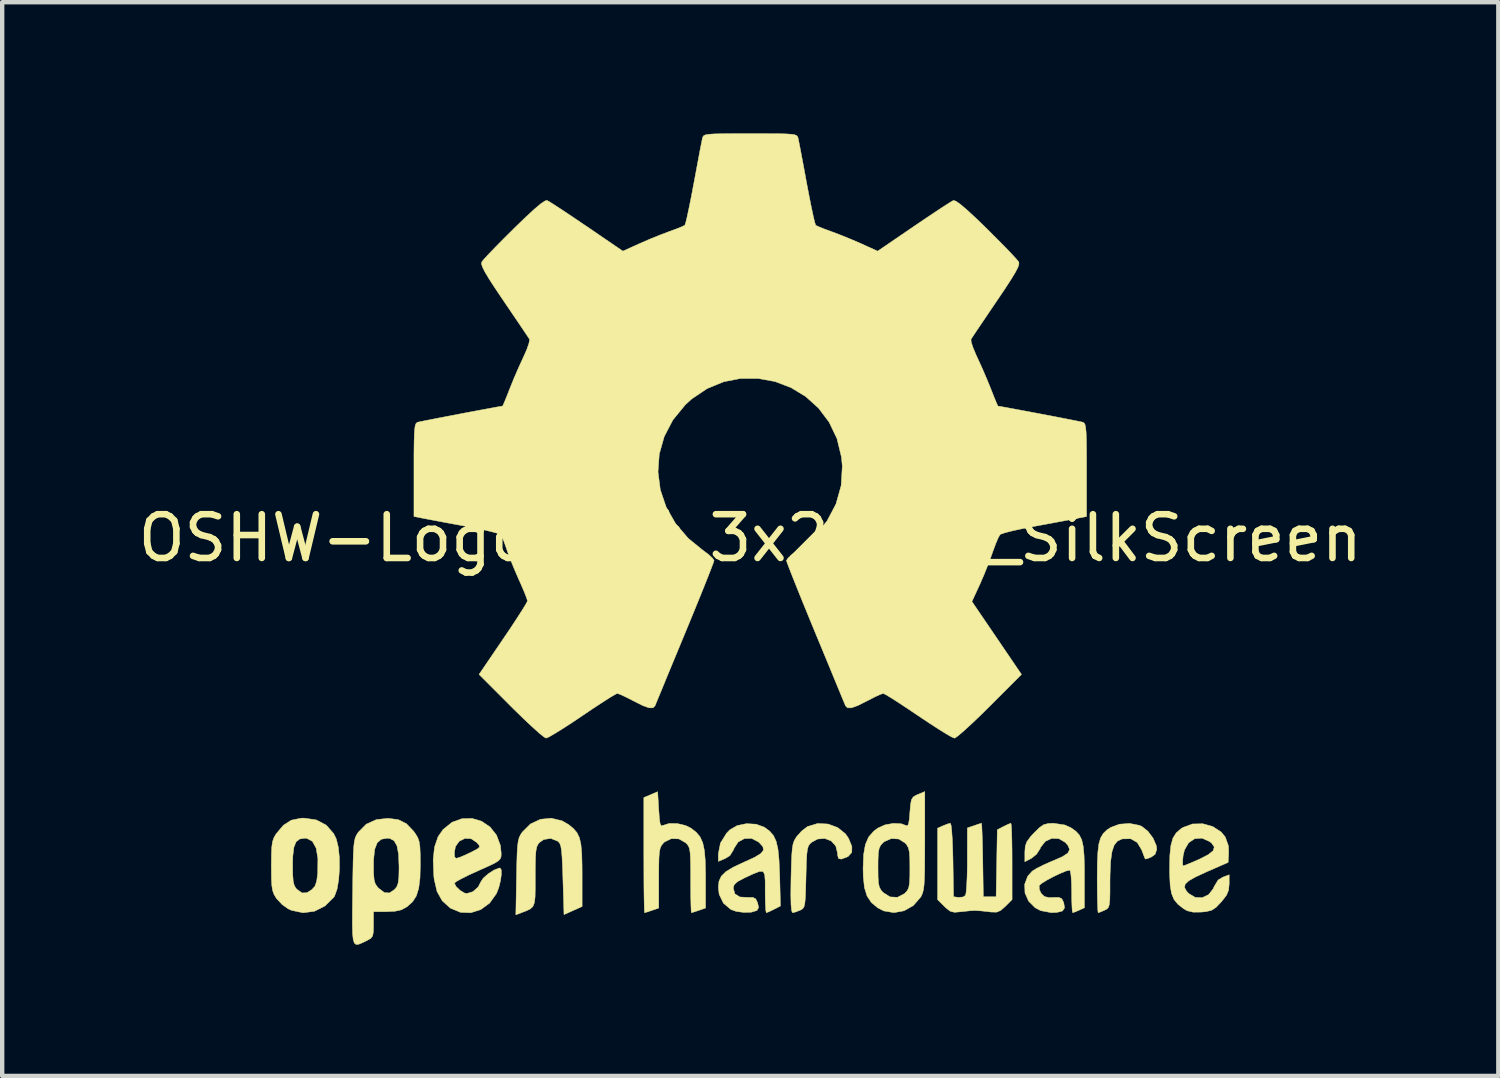
<source format=kicad_pcb>
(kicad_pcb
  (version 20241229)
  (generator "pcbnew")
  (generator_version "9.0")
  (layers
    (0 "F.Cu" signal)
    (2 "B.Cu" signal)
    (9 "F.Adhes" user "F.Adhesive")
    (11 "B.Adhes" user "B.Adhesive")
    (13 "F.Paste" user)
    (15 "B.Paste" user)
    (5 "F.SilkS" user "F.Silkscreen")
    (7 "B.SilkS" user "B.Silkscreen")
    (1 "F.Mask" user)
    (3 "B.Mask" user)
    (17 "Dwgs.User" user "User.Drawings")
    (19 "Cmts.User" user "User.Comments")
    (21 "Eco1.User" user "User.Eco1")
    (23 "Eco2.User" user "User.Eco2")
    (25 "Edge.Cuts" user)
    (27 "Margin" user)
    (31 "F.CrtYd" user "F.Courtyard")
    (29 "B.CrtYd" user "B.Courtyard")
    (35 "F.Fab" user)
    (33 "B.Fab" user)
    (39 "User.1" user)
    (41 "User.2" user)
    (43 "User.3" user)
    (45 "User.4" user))
  (footprint "OSHW-Logo2_24.3x20mm_SilkScreen"
    (layer "F.Cu")
    (at 14.101 9.25)
    (property "Reference" "OSHW-Logo2_24.3x20mm_SilkScreen" (at 0 0 0) (layer "F.SilkS") (effects (font (size 1 1) (thickness 0.15))))
    (attr exclude_from_pos_files exclude_from_bom)
    (fp_poly (pts (xy 8.893 6.567) (xy 8.951 6.592) (xy 9.09 6.702) (xy 9.209 6.861) (xy 9.282 7.031) (xy 9.294 7.114) (xy 9.254 7.231) (xy 9.166 7.293) (xy 9.072 7.33) (xy 9.029 7.337) (xy 9.008 7.287) (xy 8.966 7.178) (xy 8.948 7.129) (xy 8.846 6.959) (xy 8.698 6.874) (xy 8.509 6.877) (xy 8.495 6.88) (xy 8.393 6.928) (xy 8.319 7.021) (xy 8.268 7.172) (xy 8.238 7.391) (xy 8.225 7.69) (xy 8.223 7.849) (xy 8.223 8.1) (xy 8.219 8.271) (xy 8.208 8.379) (xy 8.187 8.443) (xy 8.153 8.48) (xy 8.102 8.506) (xy 8.099 8.508) (xy 8.002 8.549) (xy 7.953 8.564) (xy 7.946 8.518) (xy 7.94 8.391) (xy 7.935 8.199) (xy 7.932 7.959) (xy 7.931 7.783) (xy 7.934 7.443) (xy 7.946 7.184) (xy 7.969 6.993) (xy 8.009 6.854) (xy 8.07 6.752) (xy 8.154 6.672) (xy 8.238 6.616) (xy 8.439 6.541) (xy 8.673 6.524) (xy 8.893 6.567)) (stroke (width 0.01) (type solid)) (fill yes) (layer "F.SilkS"))
    (fp_poly (pts (xy -4.304 6.463) (xy -4.148 6.553) (xy -4.04 6.643) (xy -3.96 6.737) (xy -3.905 6.852) (xy -3.871 7.004) (xy -3.852 7.211) (xy -3.845 7.488) (xy -3.844 7.688) (xy -3.844 8.423) (xy -4.051 8.515) (xy -4.258 8.608) (xy -4.282 7.803) (xy -4.292 7.503) (xy -4.303 7.285) (xy -4.316 7.134) (xy -4.333 7.036) (xy -4.357 6.976) (xy -4.39 6.938) (xy -4.401 6.93) (xy -4.56 6.866) (xy -4.721 6.891) (xy -4.817 6.958) (xy -4.856 7.006) (xy -4.883 7.068) (xy -4.9 7.162) (xy -4.91 7.306) (xy -4.914 7.516) (xy -4.915 7.735) (xy -4.915 8.01) (xy -4.919 8.205) (xy -4.935 8.336) (xy -4.968 8.421) (xy -5.026 8.476) (xy -5.113 8.519) (xy -5.231 8.564) (xy -5.359 8.613) (xy -5.343 7.749) (xy -5.337 7.438) (xy -5.33 7.207) (xy -5.32 7.043) (xy -5.304 6.927) (xy -5.282 6.844) (xy -5.25 6.779) (xy -5.211 6.721) (xy -5.025 6.536) (xy -4.797 6.429) (xy -4.55 6.404) (xy -4.304 6.463)) (stroke (width 0.01) (type solid)) (fill yes) (layer "F.SilkS"))
    (fp_poly (pts (xy 1.777 6.537) (xy 1.998 6.618) (xy 2.177 6.762) (xy 2.247 6.864) (xy 2.323 7.05) (xy 2.321 7.185) (xy 2.241 7.276) (xy 2.212 7.291) (xy 2.084 7.339) (xy 2.018 7.327) (xy 1.996 7.246) (xy 1.995 7.202) (xy 1.954 7.038) (xy 1.849 6.923) (xy 1.702 6.867) (xy 1.538 6.881) (xy 1.404 6.954) (xy 1.359 6.995) (xy 1.327 7.045) (xy 1.306 7.121) (xy 1.292 7.239) (xy 1.283 7.417) (xy 1.276 7.67) (xy 1.274 7.75) (xy 1.267 8.025) (xy 1.26 8.218) (xy 1.248 8.346) (xy 1.23 8.425) (xy 1.203 8.47) (xy 1.163 8.497) (xy 1.138 8.509) (xy 1.03 8.55) (xy 0.966 8.564) (xy 0.945 8.519) (xy 0.932 8.381) (xy 0.927 8.15) (xy 0.931 7.824) (xy 0.932 7.773) (xy 0.939 7.476) (xy 0.948 7.258) (xy 0.96 7.104) (xy 0.978 6.996) (xy 1.005 6.918) (xy 1.043 6.852) (xy 1.062 6.824) (xy 1.174 6.698) (xy 1.3 6.601) (xy 1.315 6.593) (xy 1.54 6.525) (xy 1.777 6.537)) (stroke (width 0.01) (type solid)) (fill yes) (layer "F.SilkS"))
    (fp_poly (pts (xy -2.092 6.206) (xy -2.078 6.405) (xy -2.062 6.523) (xy -2.039 6.574) (xy -2.006 6.574) (xy -1.995 6.568) (xy -1.852 6.524) (xy -1.665 6.527) (xy -1.476 6.572) (xy -1.357 6.631) (xy -1.236 6.725) (xy -1.147 6.831) (xy -1.086 6.966) (xy -1.048 7.146) (xy -1.028 7.388) (xy -1.022 7.707) (xy -1.022 7.769) (xy -1.022 8.457) (xy -1.175 8.511) (xy -1.284 8.547) (xy -1.344 8.564) (xy -1.345 8.564) (xy -1.351 8.518) (xy -1.356 8.392) (xy -1.36 8.201) (xy -1.362 7.963) (xy -1.362 7.818) (xy -1.363 7.533) (xy -1.367 7.328) (xy -1.375 7.188) (xy -1.391 7.096) (xy -1.416 7.035) (xy -1.452 6.989) (xy -1.475 6.967) (xy -1.632 6.877) (xy -1.803 6.871) (xy -1.958 6.946) (xy -1.987 6.974) (xy -2.029 7.025) (xy -2.058 7.086) (xy -2.076 7.174) (xy -2.087 7.307) (xy -2.091 7.502) (xy -2.092 7.772) (xy -2.092 8.457) (xy -2.246 8.511) (xy -2.354 8.547) (xy -2.414 8.564) (xy -2.416 8.564) (xy -2.42 8.517) (xy -2.424 8.386) (xy -2.428 8.182) (xy -2.431 7.919) (xy -2.432 7.608) (xy -2.433 7.263) (xy -2.433 7.248) (xy -2.433 5.932) (xy -2.117 5.798) (xy -2.092 6.206)) (stroke (width 0.01) (type solid)) (fill yes) (layer "F.SilkS"))
    (fp_poly (pts (xy 5.967 6.566) (xy 5.974 6.694) (xy 5.98 6.889) (xy 5.984 7.135) (xy 5.985 7.392) (xy 5.985 8.265) (xy 5.831 8.419) (xy 5.725 8.513) (xy 5.632 8.552) (xy 5.505 8.549) (xy 5.454 8.543) (xy 5.296 8.525) (xy 5.165 8.515) (xy 5.134 8.514) (xy 5.026 8.52) (xy 4.873 8.536) (xy 4.813 8.543) (xy 4.667 8.555) (xy 4.569 8.53) (xy 4.471 8.453) (xy 4.436 8.419) (xy 4.282 8.265) (xy 4.282 6.633) (xy 4.406 6.577) (xy 4.513 6.535) (xy 4.575 6.52) (xy 4.591 6.567) (xy 4.606 6.696) (xy 4.619 6.894) (xy 4.629 7.146) (xy 4.634 7.36) (xy 4.647 8.199) (xy 4.763 8.215) (xy 4.869 8.204) (xy 4.92 8.167) (xy 4.935 8.097) (xy 4.947 7.949) (xy 4.957 7.741) (xy 4.962 7.493) (xy 4.962 7.364) (xy 4.963 6.627) (xy 5.116 6.574) (xy 5.225 6.537) (xy 5.284 6.52) (xy 5.286 6.52) (xy 5.292 6.566) (xy 5.298 6.694) (xy 5.305 6.888) (xy 5.311 7.132) (xy 5.315 7.36) (xy 5.328 8.199) (xy 5.62 8.199) (xy 5.634 7.433) (xy 5.647 6.668) (xy 5.789 6.594) (xy 5.894 6.543) (xy 5.957 6.52) (xy 5.958 6.52) (xy 5.967 6.566)) (stroke (width 0.01) (type solid)) (fill yes) (layer "F.SilkS"))
    (fp_poly (pts (xy -9.92 6.443) (xy -9.692 6.563) (xy -9.523 6.756) (xy -9.463 6.88) (xy -9.417 7.067) (xy -9.393 7.302) (xy -9.391 7.559) (xy -9.409 7.81) (xy -9.446 8.027) (xy -9.502 8.183) (xy -9.519 8.21) (xy -9.721 8.41) (xy -9.961 8.531) (xy -10.221 8.566) (xy -10.485 8.511) (xy -10.558 8.479) (xy -10.701 8.378) (xy -10.826 8.245) (xy -10.838 8.228) (xy -10.886 8.147) (xy -10.918 8.06) (xy -10.937 7.945) (xy -10.946 7.782) (xy -10.948 7.546) (xy -10.948 7.493) (xy -10.948 7.477) (xy -10.462 7.477) (xy -10.459 7.699) (xy -10.448 7.846) (xy -10.424 7.941) (xy -10.385 8.007) (xy -10.364 8.029) (xy -10.248 8.112) (xy -10.135 8.108) (xy -10.021 8.036) (xy -9.952 7.959) (xy -9.912 7.846) (xy -9.889 7.669) (xy -9.888 7.648) (xy -9.884 7.327) (xy -9.924 7.088) (xy -10.009 6.934) (xy -10.136 6.865) (xy -10.182 6.861) (xy -10.301 6.88) (xy -10.383 6.945) (xy -10.433 7.071) (xy -10.457 7.269) (xy -10.462 7.477) (xy -10.948 7.477) (xy -10.946 7.243) (xy -10.939 7.068) (xy -10.922 6.946) (xy -10.893 6.857) (xy -10.849 6.778) (xy -10.839 6.763) (xy -10.673 6.565) (xy -10.493 6.45) (xy -10.273 6.404) (xy -10.199 6.402) (xy -9.92 6.443)) (stroke (width 0.01) (type solid)) (fill yes) (layer "F.SilkS"))
    (fp_poly (pts (xy 10.572 6.594) (xy 10.765 6.72) (xy 10.858 6.833) (xy 10.931 7.037) (xy 10.937 7.199) (xy 10.924 7.415) (xy 10.425 7.633) (xy 10.183 7.745) (xy 10.024 7.835) (xy 9.942 7.912) (xy 9.928 7.988) (xy 9.973 8.071) (xy 10.024 8.126) (xy 10.171 8.214) (xy 10.33 8.221) (xy 10.477 8.152) (xy 10.585 8.015) (xy 10.604 7.967) (xy 10.696 7.816) (xy 10.803 7.752) (xy 10.948 7.697) (xy 10.948 7.905) (xy 10.935 8.047) (xy 10.885 8.167) (xy 10.779 8.304) (xy 10.763 8.322) (xy 10.646 8.444) (xy 10.545 8.51) (xy 10.418 8.54) (xy 10.313 8.55) (xy 10.126 8.552) (xy 9.992 8.521) (xy 9.909 8.475) (xy 9.778 8.373) (xy 9.687 8.263) (xy 9.63 8.124) (xy 9.599 7.937) (xy 9.587 7.682) (xy 9.586 7.552) (xy 9.589 7.396) (xy 9.883 7.396) (xy 9.887 7.48) (xy 9.895 7.493) (xy 9.951 7.475) (xy 10.072 7.426) (xy 10.233 7.356) (xy 10.267 7.341) (xy 10.47 7.237) (xy 10.583 7.146) (xy 10.607 7.061) (xy 10.548 6.975) (xy 10.5 6.937) (xy 10.324 6.86) (xy 10.159 6.873) (xy 10.021 6.966) (xy 9.926 7.131) (xy 9.895 7.262) (xy 9.883 7.396) (xy 9.589 7.396) (xy 9.592 7.249) (xy 9.616 7.025) (xy 9.661 6.862) (xy 9.736 6.741) (xy 9.845 6.646) (xy 9.892 6.616) (xy 10.108 6.536) (xy 10.344 6.531) (xy 10.572 6.594)) (stroke (width 0.01) (type solid)) (fill yes) (layer "F.SilkS"))
    (fp_poly (pts (xy 3.99 6.924) (xy 3.989 7.288) (xy 3.987 7.568) (xy 3.982 7.777) (xy 3.973 7.929) (xy 3.959 8.037) (xy 3.939 8.115) (xy 3.913 8.177) (xy 3.893 8.212) (xy 3.727 8.401) (xy 3.518 8.52) (xy 3.285 8.563) (xy 3.053 8.524) (xy 2.915 8.454) (xy 2.769 8.332) (xy 2.67 8.184) (xy 2.61 7.991) (xy 2.583 7.732) (xy 2.579 7.542) (xy 2.58 7.529) (xy 2.92 7.529) (xy 2.922 7.746) (xy 2.931 7.89) (xy 2.953 7.984) (xy 2.992 8.053) (xy 3.039 8.104) (xy 3.196 8.203) (xy 3.365 8.212) (xy 3.524 8.129) (xy 3.537 8.118) (xy 3.59 8.059) (xy 3.623 7.99) (xy 3.641 7.886) (xy 3.648 7.726) (xy 3.649 7.549) (xy 3.647 7.326) (xy 3.637 7.178) (xy 3.614 7.08) (xy 3.575 7.011) (xy 3.544 6.974) (xy 3.396 6.88) (xy 3.226 6.869) (xy 3.063 6.94) (xy 3.032 6.967) (xy 2.979 7.026) (xy 2.946 7.096) (xy 2.928 7.2) (xy 2.921 7.362) (xy 2.92 7.529) (xy 2.58 7.529) (xy 2.591 7.237) (xy 2.631 7.007) (xy 2.706 6.834) (xy 2.823 6.7) (xy 2.915 6.631) (xy 3.081 6.556) (xy 3.273 6.522) (xy 3.452 6.531) (xy 3.552 6.568) (xy 3.591 6.579) (xy 3.617 6.539) (xy 3.636 6.433) (xy 3.649 6.271) (xy 3.664 6.091) (xy 3.685 5.982) (xy 3.724 5.92) (xy 3.79 5.879) (xy 3.832 5.861) (xy 3.99 5.795) (xy 3.99 6.924)) (stroke (width 0.01) (type solid)) (fill yes) (layer "F.SilkS"))
    (fp_poly (pts (xy -6.141 6.474) (xy -5.949 6.604) (xy -5.801 6.79) (xy -5.712 7.027) (xy -5.694 7.202) (xy -5.696 7.275) (xy -5.713 7.33) (xy -5.76 7.38) (xy -5.851 7.436) (xy -6.002 7.508) (xy -6.227 7.608) (xy -6.228 7.609) (xy -6.435 7.703) (xy -6.605 7.788) (xy -6.72 7.852) (xy -6.764 7.888) (xy -6.764 7.888) (xy -6.726 7.966) (xy -6.636 8.052) (xy -6.534 8.114) (xy -6.482 8.126) (xy -6.341 8.084) (xy -6.22 7.977) (xy -6.16 7.86) (xy -6.103 7.774) (xy -5.991 7.676) (xy -5.86 7.591) (xy -5.744 7.545) (xy -5.719 7.542) (xy -5.692 7.584) (xy -5.69 7.691) (xy -5.71 7.834) (xy -5.748 7.988) (xy -5.8 8.122) (xy -5.803 8.128) (xy -5.958 8.345) (xy -6.159 8.492) (xy -6.388 8.565) (xy -6.626 8.556) (xy -6.853 8.461) (xy -6.863 8.454) (xy -7.042 8.292) (xy -7.16 8.081) (xy -7.225 7.803) (xy -7.234 7.724) (xy -7.249 7.356) (xy -7.231 7.184) (xy -6.764 7.184) (xy -6.758 7.291) (xy -6.724 7.322) (xy -6.642 7.299) (xy -6.511 7.243) (xy -6.365 7.174) (xy -6.362 7.172) (xy -6.238 7.107) (xy -6.189 7.064) (xy -6.201 7.018) (xy -6.252 6.959) (xy -6.383 6.872) (xy -6.524 6.866) (xy -6.651 6.929) (xy -6.738 7.05) (xy -6.764 7.184) (xy -7.231 7.184) (xy -7.217 7.06) (xy -7.136 6.826) (xy -7.022 6.662) (xy -6.817 6.497) (xy -6.591 6.415) (xy -6.36 6.409) (xy -6.141 6.474)) (stroke (width 0.01) (type solid)) (fill yes) (layer "F.SilkS"))
    (fp_poly (pts (xy 0.133 6.541) (xy 0.324 6.611) (xy 0.326 6.613) (xy 0.444 6.7) (xy 0.531 6.801) (xy 0.592 6.933) (xy 0.633 7.112) (xy 0.657 7.354) (xy 0.671 7.675) (xy 0.673 7.721) (xy 0.69 8.411) (xy 0.542 8.487) (xy 0.435 8.539) (xy 0.37 8.564) (xy 0.367 8.564) (xy 0.356 8.519) (xy 0.347 8.397) (xy 0.342 8.218) (xy 0.341 8.074) (xy 0.341 7.84) (xy 0.33 7.693) (xy 0.293 7.623) (xy 0.213 7.62) (xy 0.075 7.673) (xy -0.134 7.77) (xy -0.287 7.851) (xy -0.366 7.922) (xy -0.389 7.998) (xy -0.389 8.002) (xy -0.351 8.134) (xy -0.238 8.205) (xy -0.064 8.215) (xy 0.061 8.214) (xy 0.126 8.25) (xy 0.167 8.336) (xy 0.191 8.446) (xy 0.157 8.509) (xy 0.144 8.517) (xy 0.023 8.553) (xy -0.146 8.558) (xy -0.32 8.535) (xy -0.443 8.491) (xy -0.614 8.346) (xy -0.711 8.145) (xy -0.73 7.987) (xy -0.715 7.845) (xy -0.662 7.729) (xy -0.557 7.626) (xy -0.387 7.523) (xy -0.137 7.406) (xy -0.122 7.4) (xy 0.103 7.296) (xy 0.242 7.211) (xy 0.302 7.134) (xy 0.289 7.056) (xy 0.21 6.967) (xy 0.186 6.946) (xy 0.029 6.866) (xy -0.134 6.87) (xy -0.277 6.948) (xy -0.371 7.093) (xy -0.38 7.121) (xy -0.465 7.259) (xy -0.573 7.326) (xy -0.73 7.391) (xy -0.73 7.221) (xy -0.682 6.973) (xy -0.541 6.746) (xy -0.467 6.67) (xy -0.3 6.573) (xy -0.087 6.529) (xy 0.133 6.541)) (stroke (width 0.01) (type solid)) (fill yes) (layer "F.SilkS"))
    (fp_poly (pts (xy -8.047 6.437) (xy -7.861 6.529) (xy -7.697 6.7) (xy -7.652 6.763) (xy -7.602 6.846) (xy -7.57 6.936) (xy -7.552 7.056) (xy -7.544 7.229) (xy -7.542 7.457) (xy -7.55 7.77) (xy -7.579 8.005) (xy -7.633 8.18) (xy -7.719 8.314) (xy -7.843 8.425) (xy -7.852 8.431) (xy -7.974 8.498) (xy -8.121 8.531) (xy -8.308 8.54) (xy -8.612 8.54) (xy -8.613 8.835) (xy -8.615 8.999) (xy -8.633 9.096) (xy -8.678 9.153) (xy -8.764 9.202) (xy -8.785 9.212) (xy -8.882 9.258) (xy -8.957 9.288) (xy -9.012 9.29) (xy -9.052 9.256) (xy -9.077 9.176) (xy -9.091 9.04) (xy -9.096 8.838) (xy -9.095 8.56) (xy -9.091 8.198) (xy -9.089 8.09) (xy -9.085 7.716) (xy -9.08 7.471) (xy -8.613 7.471) (xy -8.61 7.679) (xy -8.598 7.815) (xy -8.572 7.904) (xy -8.525 7.973) (xy -8.493 8.007) (xy -8.363 8.105) (xy -8.248 8.113) (xy -8.129 8.032) (xy -8.126 8.029) (xy -8.078 7.966) (xy -8.048 7.881) (xy -8.033 7.75) (xy -8.029 7.549) (xy -8.029 7.504) (xy -8.04 7.228) (xy -8.076 7.036) (xy -8.142 6.919) (xy -8.242 6.866) (xy -8.299 6.861) (xy -8.436 6.886) (xy -8.529 6.968) (xy -8.586 7.117) (xy -8.61 7.346) (xy -8.613 7.471) (xy -9.08 7.471) (xy -9.08 7.427) (xy -9.073 7.209) (xy -9.064 7.05) (xy -9.05 6.937) (xy -9.032 6.858) (xy -9.007 6.798) (xy -8.975 6.746) (xy -8.962 6.726) (xy -8.779 6.541) (xy -8.548 6.436) (xy -8.28 6.407) (xy -8.047 6.437)) (stroke (width 0.01) (type solid)) (fill yes) (layer "F.SilkS"))
    (fp_poly (pts (xy 7.191 6.559) (xy 7.331 6.622) (xy 7.441 6.7) (xy 7.521 6.786) (xy 7.577 6.897) (xy 7.612 7.05) (xy 7.631 7.259) (xy 7.639 7.541) (xy 7.639 7.727) (xy 7.639 8.451) (xy 7.516 8.508) (xy 7.418 8.549) (xy 7.37 8.564) (xy 7.36 8.519) (xy 7.353 8.397) (xy 7.348 8.219) (xy 7.348 8.077) (xy 7.343 7.873) (xy 7.332 7.711) (xy 7.316 7.612) (xy 7.303 7.591) (xy 7.217 7.612) (xy 7.082 7.668) (xy 6.925 7.742) (xy 6.775 7.823) (xy 6.659 7.895) (xy 6.604 7.944) (xy 6.604 7.945) (xy 6.609 8.036) (xy 6.651 8.124) (xy 6.724 8.195) (xy 6.832 8.219) (xy 6.923 8.216) (xy 7.053 8.214) (xy 7.121 8.244) (xy 7.162 8.325) (xy 7.167 8.34) (xy 7.185 8.454) (xy 7.138 8.524) (xy 7.014 8.557) (xy 6.88 8.563) (xy 6.64 8.518) (xy 6.515 8.453) (xy 6.362 8.3) (xy 6.28 8.113) (xy 6.273 7.915) (xy 6.342 7.731) (xy 6.445 7.615) (xy 6.549 7.55) (xy 6.711 7.469) (xy 6.901 7.385) (xy 6.933 7.373) (xy 7.141 7.281) (xy 7.261 7.2) (xy 7.3 7.119) (xy 7.263 7.029) (xy 7.202 6.958) (xy 7.055 6.871) (xy 6.894 6.865) (xy 6.747 6.932) (xy 6.64 7.066) (xy 6.626 7.1) (xy 6.545 7.227) (xy 6.427 7.321) (xy 6.277 7.399) (xy 6.277 7.179) (xy 6.286 7.045) (xy 6.324 6.94) (xy 6.407 6.827) (xy 6.488 6.74) (xy 6.613 6.617) (xy 6.71 6.551) (xy 6.814 6.525) (xy 6.932 6.52) (xy 7.191 6.559)) (stroke (width 0.01) (type solid)) (fill yes) (layer "F.SilkS"))
    (fp_poly (pts (xy 0.348 -9.245) (xy 0.612 -9.244) (xy 0.802 -9.24) (xy 0.932 -9.232) (xy 1.014 -9.22) (xy 1.06 -9.201) (xy 1.083 -9.175) (xy 1.094 -9.14) (xy 1.095 -9.136) (xy 1.112 -9.055) (xy 1.143 -8.895) (xy 1.185 -8.674) (xy 1.235 -8.408) (xy 1.289 -8.114) (xy 1.291 -8.103) (xy 1.346 -7.815) (xy 1.397 -7.561) (xy 1.441 -7.355) (xy 1.475 -7.214) (xy 1.496 -7.151) (xy 1.497 -7.15) (xy 1.558 -7.12) (xy 1.684 -7.069) (xy 1.848 -7.009) (xy 1.849 -7.009) (xy 2.055 -6.931) (xy 2.299 -6.832) (xy 2.528 -6.733) (xy 2.539 -6.728) (xy 2.912 -6.559) (xy 3.739 -7.124) (xy 3.993 -7.296) (xy 4.223 -7.45) (xy 4.416 -7.577) (xy 4.558 -7.668) (xy 4.636 -7.714) (xy 4.643 -7.718) (xy 4.7 -7.702) (xy 4.806 -7.628) (xy 4.966 -7.491) (xy 5.184 -7.289) (xy 5.406 -7.073) (xy 5.619 -6.86) (xy 5.811 -6.667) (xy 5.968 -6.503) (xy 6.08 -6.382) (xy 6.135 -6.316) (xy 6.137 -6.313) (xy 6.143 -6.267) (xy 6.121 -6.193) (xy 6.063 -6.08) (xy 5.965 -5.918) (xy 5.822 -5.697) (xy 5.63 -5.413) (xy 5.46 -5.162) (xy 5.309 -4.938) (xy 5.183 -4.752) (xy 5.094 -4.618) (xy 5.049 -4.549) (xy 5.046 -4.545) (xy 5.051 -4.479) (xy 5.093 -4.351) (xy 5.163 -4.184) (xy 5.188 -4.131) (xy 5.296 -3.895) (xy 5.412 -3.626) (xy 5.506 -3.394) (xy 5.574 -3.222) (xy 5.628 -3.091) (xy 5.659 -3.022) (xy 5.662 -3.017) (xy 5.72 -3.008) (xy 5.854 -2.984) (xy 6.049 -2.948) (xy 6.285 -2.904) (xy 6.545 -2.855) (xy 6.811 -2.805) (xy 7.065 -2.756) (xy 7.289 -2.712) (xy 7.465 -2.677) (xy 7.576 -2.654) (xy 7.603 -2.648) (xy 7.631 -2.632) (xy 7.652 -2.596) (xy 7.667 -2.527) (xy 7.678 -2.415) (xy 7.684 -2.245) (xy 7.687 -2.007) (xy 7.688 -1.688) (xy 7.688 -1.557) (xy 7.688 -0.493) (xy 7.433 -0.443) (xy 7.291 -0.416) (xy 7.078 -0.376) (xy 6.822 -0.328) (xy 6.548 -0.278) (xy 6.472 -0.264) (xy 6.218 -0.214) (xy 5.997 -0.166) (xy 5.828 -0.123) (xy 5.728 -0.089) (xy 5.711 -0.079) (xy 5.67 -0.009) (xy 5.612 0.127) (xy 5.547 0.303) (xy 5.534 0.341) (xy 5.449 0.575) (xy 5.343 0.84) (xy 5.24 1.077) (xy 5.239 1.078) (xy 5.067 1.451) (xy 5.634 2.284) (xy 6.2 3.117) (xy 5.473 3.845) (xy 5.253 4.062) (xy 5.052 4.253) (xy 4.882 4.409) (xy 4.754 4.518) (xy 4.679 4.571) (xy 4.668 4.574) (xy 4.605 4.548) (xy 4.476 4.474) (xy 4.296 4.362) (xy 4.078 4.221) (xy 3.842 4.063) (xy 3.602 3.902) (xy 3.389 3.761) (xy 3.215 3.65) (xy 3.094 3.578) (xy 3.04 3.552) (xy 2.974 3.574) (xy 2.849 3.631) (xy 2.691 3.712) (xy 2.674 3.721) (xy 2.461 3.828) (xy 2.314 3.881) (xy 2.223 3.881) (xy 2.176 3.833) (xy 2.176 3.832) (xy 2.152 3.774) (xy 2.095 3.637) (xy 2.01 3.431) (xy 1.901 3.167) (xy 1.773 2.856) (xy 1.629 2.508) (xy 1.489 2.171) (xy 1.336 1.799) (xy 1.195 1.454) (xy 1.071 1.147) (xy 0.968 0.889) (xy 0.89 0.69) (xy 0.842 0.561) (xy 0.827 0.512) (xy 0.865 0.457) (xy 0.962 0.369) (xy 1.093 0.271) (xy 1.464 -0.037) (xy 1.755 -0.39) (xy 1.96 -0.78) (xy 2.078 -1.201) (xy 2.104 -1.644) (xy 2.085 -1.849) (xy 1.982 -2.274) (xy 1.803 -2.649) (xy 1.561 -2.97) (xy 1.267 -3.235) (xy 0.931 -3.439) (xy 0.564 -3.578) (xy 0.178 -3.649) (xy -0.216 -3.649) (xy -0.608 -3.573) (xy -0.986 -3.417) (xy -1.34 -3.179) (xy -1.487 -3.044) (xy -1.77 -2.698) (xy -1.967 -2.32) (xy -2.08 -1.921) (xy -2.109 -1.512) (xy -2.056 -1.103) (xy -1.922 -0.707) (xy -1.709 -0.334) (xy -1.418 0.006) (xy -1.093 0.271) (xy -0.957 0.373) (xy -0.862 0.46) (xy -0.827 0.512) (xy -0.845 0.569) (xy -0.897 0.706) (xy -0.977 0.911) (xy -1.082 1.174) (xy -1.208 1.484) (xy -1.35 1.832) (xy -1.49 2.171) (xy -1.644 2.543) (xy -1.787 2.888) (xy -1.914 3.195) (xy -2.02 3.454) (xy -2.103 3.654) (xy -2.156 3.783) (xy -2.176 3.832) (xy -2.223 3.881) (xy -2.313 3.881) (xy -2.459 3.829) (xy -2.672 3.722) (xy -2.674 3.721) (xy -2.834 3.639) (xy -2.964 3.578) (xy -3.037 3.552) (xy -3.04 3.552) (xy -3.095 3.578) (xy -3.217 3.651) (xy -3.391 3.763) (xy -3.605 3.903) (xy -3.842 4.063) (xy -4.083 4.225) (xy -4.3 4.365) (xy -4.48 4.476) (xy -4.607 4.549) (xy -4.668 4.574) (xy -4.724 4.541) (xy -4.837 4.448) (xy -4.995 4.306) (xy -5.187 4.125) (xy -5.403 3.915) (xy -5.473 3.845) (xy -6.2 3.117) (xy -5.647 2.304) (xy -5.478 2.054) (xy -5.331 1.83) (xy -5.212 1.645) (xy -5.13 1.511) (xy -5.094 1.442) (xy -5.093 1.437) (xy -5.112 1.371) (xy -5.163 1.24) (xy -5.238 1.064) (xy -5.291 0.947) (xy -5.389 0.721) (xy -5.481 0.494) (xy -5.553 0.302) (xy -5.572 0.243) (xy -5.627 0.087) (xy -5.681 -0.034) (xy -5.711 -0.079) (xy -5.776 -0.107) (xy -5.919 -0.147) (xy -6.121 -0.194) (xy -6.363 -0.243) (xy -6.472 -0.264) (xy -6.747 -0.314) (xy -7.011 -0.363) (xy -7.238 -0.406) (xy -7.402 -0.437) (xy -7.433 -0.443) (xy -7.688 -0.493) (xy -7.688 -1.557) (xy -7.688 -1.907) (xy -7.685 -2.172) (xy -7.68 -2.363) (xy -7.671 -2.494) (xy -7.658 -2.577) (xy -7.639 -2.622) (xy -7.613 -2.644) (xy -7.603 -2.648) (xy -7.54 -2.662) (xy -7.4 -2.69) (xy -7.202 -2.729) (xy -6.964 -2.775) (xy -6.703 -2.825) (xy -6.437 -2.876) (xy -6.185 -2.923) (xy -5.963 -2.964) (xy -5.791 -2.996) (xy -5.686 -3.014) (xy -5.662 -3.017) (xy -5.641 -3.059) (xy -5.594 -3.171) (xy -5.53 -3.331) (xy -5.506 -3.394) (xy -5.408 -3.637) (xy -5.292 -3.905) (xy -5.188 -4.131) (xy -5.111 -4.304) (xy -5.061 -4.446) (xy -5.044 -4.533) (xy -5.046 -4.545) (xy -5.082 -4.6) (xy -5.164 -4.722) (xy -5.283 -4.899) (xy -5.431 -5.117) (xy -5.598 -5.363) (xy -5.631 -5.412) (xy -5.825 -5.7) (xy -5.968 -5.92) (xy -6.064 -6.08) (xy -6.121 -6.193) (xy -6.144 -6.266) (xy -6.138 -6.312) (xy -6.138 -6.312) (xy -6.09 -6.372) (xy -5.983 -6.488) (xy -5.83 -6.647) (xy -5.642 -6.838) (xy -5.429 -7.049) (xy -5.406 -7.073) (xy -5.138 -7.332) (xy -4.932 -7.522) (xy -4.783 -7.647) (xy -4.686 -7.71) (xy -4.643 -7.718) (xy -4.581 -7.682) (xy -4.452 -7.6) (xy -4.27 -7.481) (xy -4.047 -7.332) (xy -3.798 -7.163) (xy -3.739 -7.124) (xy -2.912 -6.559) (xy -2.539 -6.728) (xy -2.312 -6.827) (xy -2.068 -6.926) (xy -1.858 -7.006) (xy -1.849 -7.009) (xy -1.685 -7.069) (xy -1.559 -7.12) (xy -1.497 -7.15) (xy -1.497 -7.15) (xy -1.477 -7.205) (xy -1.444 -7.341) (xy -1.401 -7.542) (xy -1.35 -7.793) (xy -1.296 -8.079) (xy -1.291 -8.103) (xy -1.236 -8.398) (xy -1.186 -8.665) (xy -1.144 -8.889) (xy -1.112 -9.051) (xy -1.095 -9.134) (xy -1.095 -9.136) (xy -1.084 -9.171) (xy -1.064 -9.198) (xy -1.021 -9.218) (xy -0.944 -9.231) (xy -0.82 -9.239) (xy -0.636 -9.243) (xy -0.382 -9.245) (xy -0.044 -9.245) (xy 0 -9.245) (xy 0.348 -9.245)) (stroke (width 0.01) (type solid)) (fill yes) (layer "F.SilkS")))
  (gr_rect
    (start -3 -3)
    (end 31.202 21.546)
    (stroke (width 0.1) (type default))
    (fill no)
    (layer "Edge.Cuts")))
</source>
